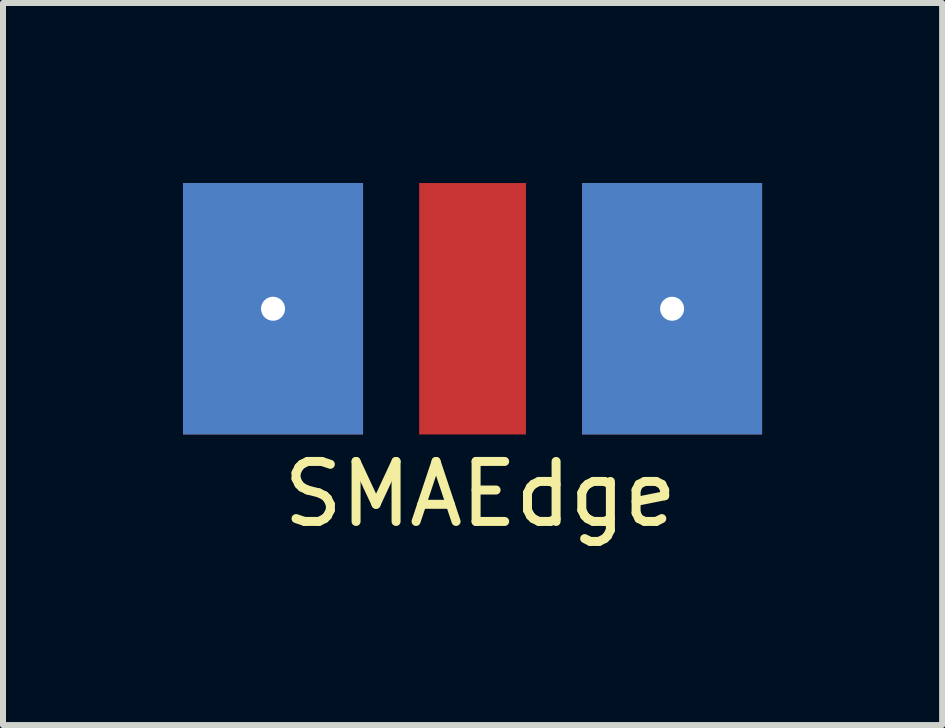
<source format=kicad_pcb>
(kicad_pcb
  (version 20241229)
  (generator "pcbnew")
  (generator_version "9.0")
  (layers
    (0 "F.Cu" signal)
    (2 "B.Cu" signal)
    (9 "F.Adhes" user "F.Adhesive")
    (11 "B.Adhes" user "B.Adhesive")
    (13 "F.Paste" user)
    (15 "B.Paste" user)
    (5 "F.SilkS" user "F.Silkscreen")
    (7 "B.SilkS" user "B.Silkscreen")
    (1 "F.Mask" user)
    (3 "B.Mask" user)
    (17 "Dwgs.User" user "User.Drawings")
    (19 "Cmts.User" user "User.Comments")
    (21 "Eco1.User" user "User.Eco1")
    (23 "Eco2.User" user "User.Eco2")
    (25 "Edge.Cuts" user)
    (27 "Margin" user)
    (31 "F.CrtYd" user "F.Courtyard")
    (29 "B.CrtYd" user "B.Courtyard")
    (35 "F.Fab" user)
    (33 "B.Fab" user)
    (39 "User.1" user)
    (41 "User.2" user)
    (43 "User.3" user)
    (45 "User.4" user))
  (footprint "SMAEdge"
    (layer "F.Cu")
    (at 4.825 2.095)
    (property "Reference" "SMAEdge" (at 0.13 3.09 0) (layer "F.SilkS") (effects (font (size 1 1) (thickness 0.15))))
    (attr through_hole)
    (pad "1" smd rect (at 0 0) (size 1.78 4.19) (layers "F.Cu" "F.Mask" "F.Paste"))
    (pad "2" thru_hole rect (at -3.325 0) (size 3 4.19) (drill 0.4) (layers "*.Cu" "*.Paste" "*.Mask"))
    (pad "2" thru_hole rect (at 3.325 0) (size 3 4.19) (drill 0.4) (layers "*.Cu" "*.Paste" "*.Mask")))
  (gr_rect
    (start -3 -3)
    (end 12.65 9.033)
    (stroke (width 0.1) (type default))
    (fill no)
    (layer "Edge.Cuts")))
</source>
